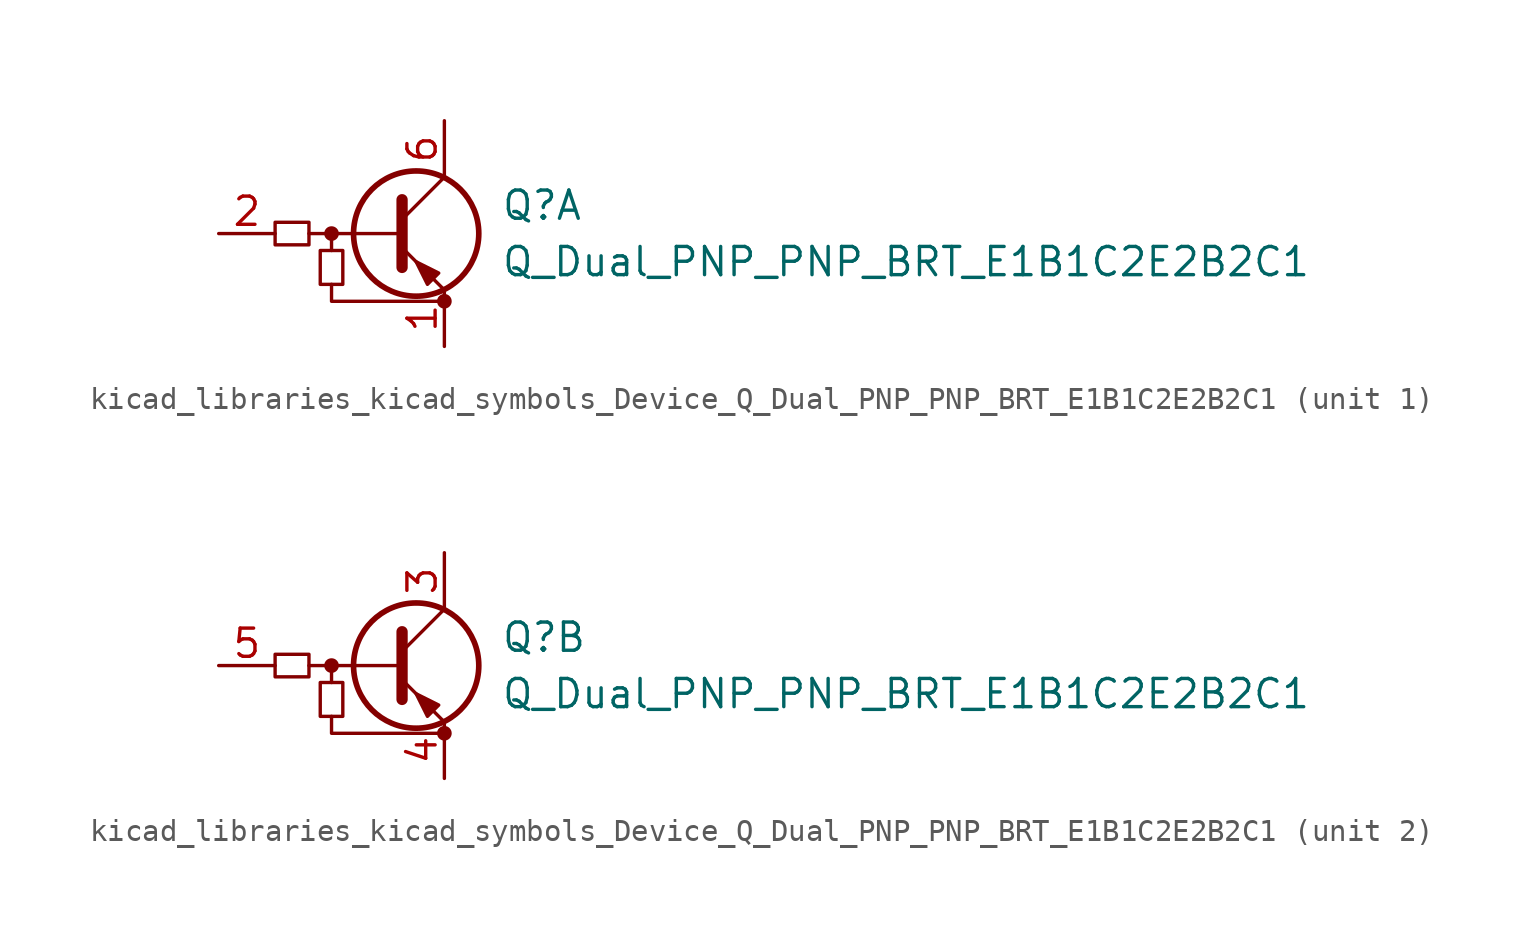
<source format=kicad_sym>
(kicad_symbol_lib
  (version 20220914)
  (generator kicad_symbol_editor)
  (symbol "kicad_libraries_kicad_symbols_Device_Q_Dual_PNP_PNP_BRT_E1B1C2E2B2C1"
    (pin_names hide)
    (property "Reference" "Q"
      (at 3.81 1.27 0)
      (effects (font (size 1.27 1.27)) (justify left)))
    (property "Value" "Q_Dual_PNP_PNP_BRT_E1B1C2E2B2C1"
      (at 3.81 -1.27 0)
      (effects (font (size 1.27 1.27)) (justify left)))
    (symbol "kicad_libraries_kicad_symbols_Device_Q_Dual_PNP_PNP_BRT_E1B1C2E2B2C1_0_1"
      (rectangle (start -6.35 0.508) (end -4.826 -0.508) (stroke (width 0) (type default)) (fill (type none)))
      (rectangle (start -4.318 -2.286) (end -3.302 -0.762) (stroke (width 0) (type default)) (fill (type none)))
      (circle (center -3.81 0) (radius 0.254) (stroke (width 0) (type default)) (fill (type outline)))
      (polyline (pts (xy -3.81 -0.762) (xy -3.81 0)) (stroke (width 0) (type default)) (fill (type none)))
      (polyline (pts (xy -0.762 0) (xy -4.826 0)) (stroke (width 0) (type default)) (fill (type none)))
      (polyline (pts (xy -0.635 1.524) (xy -0.635 -1.524)) (stroke (width 0.508) (type default)) (fill (type none)))
      (polyline (pts (xy -3.81 -2.286) (xy -3.81 -3.048) (xy 1.27 -3.048)) (stroke (width 0) (type default)) (fill (type none)))
      (polyline (pts (xy 1.016 -1.778) (xy 0.508 -2.286) (xy 0 -1.27) (xy 1.016 -1.778) (xy 1.016 -1.778)) (stroke (width 0) (type default)) (fill (type outline)))
      (circle (center 1.27 -3.048) (radius 0.254) (stroke (width 0) (type default)) (fill (type outline))))
    (symbol "kicad_libraries_kicad_symbols_Device_Q_Dual_PNP_PNP_BRT_E1B1C2E2B2C1_1_1"
      (polyline (pts (xy -0.635 0.635) (xy 1.27 2.54)) (stroke (width 0) (type default)) (fill (type none)))
      (polyline (pts (xy -0.635 -0.635) (xy 1.27 -2.54) (xy 1.27 -2.54)) (stroke (width 0) (type default)) (fill (type none)))
      (circle (center 0 0) (radius 2.819) (stroke (width 0.254) (type default)) (fill (type none)))
      (pin passive line (at 1.27 -5.08 90) (length 2.54) (name "E1" (effects (font (size 1.27 1.27)))) (number "1" (effects (font (size 1.27 1.27)))))
      (pin input line (at -8.89 0 0) (length 2.54) (name "B1" (effects (font (size 1.27 1.27)))) (number "2" (effects (font (size 1.27 1.27)))))
      (pin passive line (at 1.27 5.08 270) (length 2.54) (name "C1" (effects (font (size 1.27 1.27)))) (number "6" (effects (font (size 1.27 1.27))))))
    (symbol "kicad_libraries_kicad_symbols_Device_Q_Dual_PNP_PNP_BRT_E1B1C2E2B2C1_2_1"
      (polyline (pts (xy -0.635 0.635) (xy 1.27 2.54)) (stroke (width 0) (type default)) (fill (type none)))
      (polyline (pts (xy -0.635 -0.635) (xy 1.27 -2.54) (xy 1.27 -2.54)) (stroke (width 0) (type default)) (fill (type none)))
      (circle (center 0 0) (radius 2.819) (stroke (width 0.254) (type default)) (fill (type none)))
      (pin passive line (at 1.27 5.08 270) (length 2.54) (name "C2" (effects (font (size 1.27 1.27)))) (number "3" (effects (font (size 1.27 1.27)))))
      (pin passive line (at 1.27 -5.08 90) (length 2.54) (name "E2" (effects (font (size 1.27 1.27)))) (number "4" (effects (font (size 1.27 1.27)))))
      (pin input line (at -8.89 0 0) (length 2.54) (name "B2" (effects (font (size 1.27 1.27)))) (number "5" (effects (font (size 1.27 1.27))))))))
</source>
